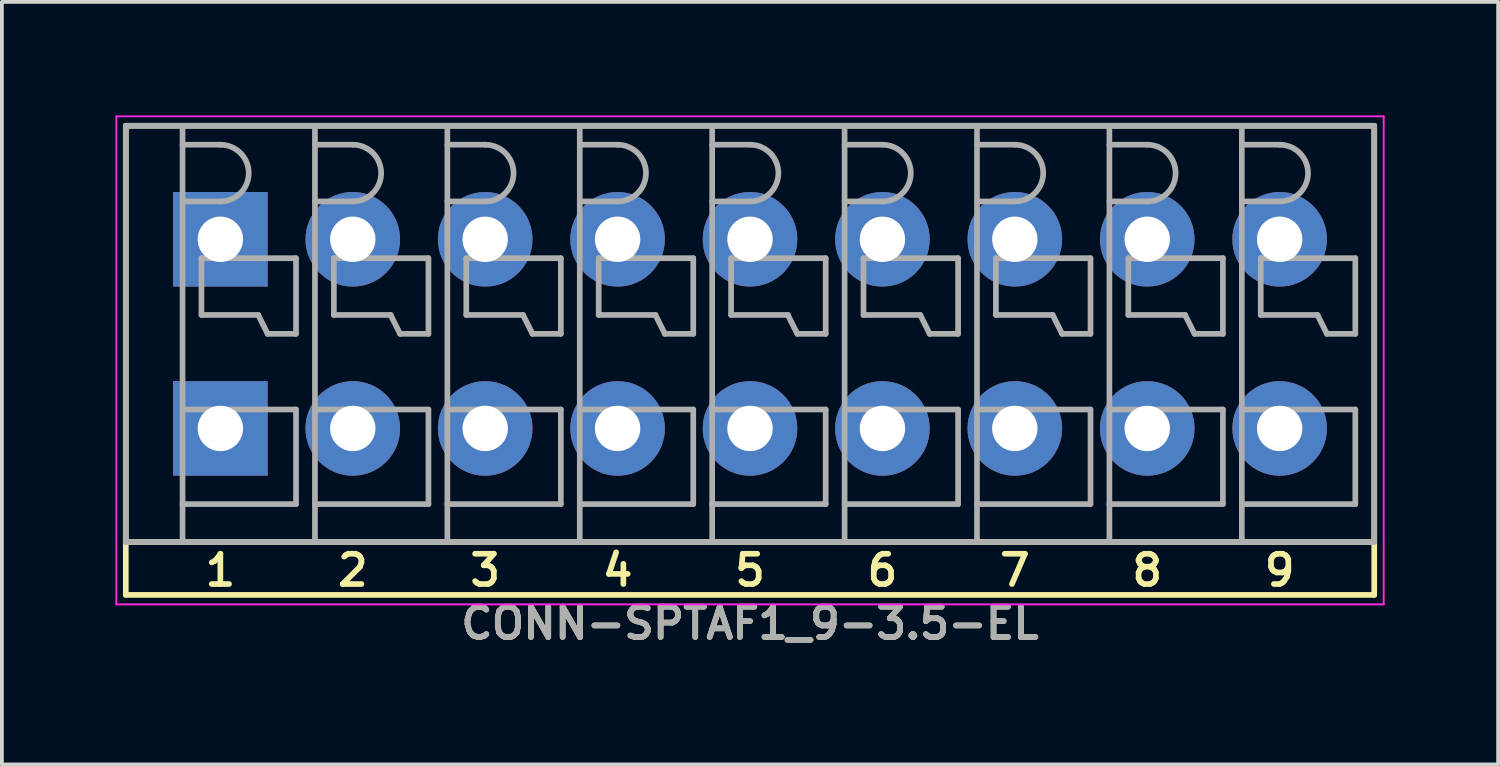
<source format=kicad_pcb>
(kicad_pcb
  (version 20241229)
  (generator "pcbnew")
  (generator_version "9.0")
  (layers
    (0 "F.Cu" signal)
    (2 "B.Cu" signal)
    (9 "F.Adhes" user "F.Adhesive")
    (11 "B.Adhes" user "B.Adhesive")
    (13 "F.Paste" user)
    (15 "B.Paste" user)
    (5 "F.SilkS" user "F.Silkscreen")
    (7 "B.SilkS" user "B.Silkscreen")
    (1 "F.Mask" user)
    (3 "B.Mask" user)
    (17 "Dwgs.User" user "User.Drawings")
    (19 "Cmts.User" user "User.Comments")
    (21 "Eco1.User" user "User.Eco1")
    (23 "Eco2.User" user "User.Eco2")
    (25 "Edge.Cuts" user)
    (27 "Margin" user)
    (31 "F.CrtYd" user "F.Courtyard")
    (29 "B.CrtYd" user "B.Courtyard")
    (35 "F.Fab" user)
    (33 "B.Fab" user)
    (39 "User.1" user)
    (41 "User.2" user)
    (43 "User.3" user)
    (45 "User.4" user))
  (footprint "CONN-SPTAF1_9-3.5-EL"
    (layer "F.Cu")
    (at 16.775 5.775)
    (property "Reference" "CONN-SPTAF1_9-3.5-EL" (at 0 7.65 0) (layer "F.SilkS") (effects (font (size 0.8 0.8) (thickness 0.15))))
    (attr through_hole)
    (fp_line (start -16.5 -5.5) (end 16.5 -5.5) (stroke (width 0.15) (type solid)) (layer "F.SilkS"))
    (fp_line (start -16.5 5.5) (end -16.5 -5.5) (stroke (width 0.15) (type solid)) (layer "F.SilkS"))
    (fp_line (start -16.5 5.5) (end -16.5 6.9) (stroke (width 0.15) (type solid)) (layer "F.SilkS"))
    (fp_line (start -16.5 6.9) (end 16.5 6.9) (stroke (width 0.15) (type solid)) (layer "F.SilkS"))
    (fp_line (start 16.5 -5.5) (end 16.5 5.5) (stroke (width 0.15) (type solid)) (layer "F.SilkS"))
    (fp_line (start 16.5 5.5) (end -16.5 5.5) (stroke (width 0.15) (type solid)) (layer "F.SilkS"))
    (fp_line (start 16.5 6.9) (end 16.5 5.5) (stroke (width 0.15) (type solid)) (layer "F.SilkS"))
    (fp_line (start -16.75 -5.75) (end 16.75 -5.75) (stroke (width 0.05) (type solid)) (layer "F.CrtYd"))
    (fp_line (start -16.75 7.15) (end -16.75 -5.75) (stroke (width 0.05) (type solid)) (layer "F.CrtYd"))
    (fp_line (start 16.75 -5.75) (end 16.75 7.15) (stroke (width 0.05) (type solid)) (layer "F.CrtYd"))
    (fp_line (start 16.75 7.15) (end -16.75 7.15) (stroke (width 0.05) (type solid)) (layer "F.CrtYd"))
    (fp_line (start -16.5 -5.5) (end 16.5 -5.5) (stroke (width 0.15) (type solid)) (layer "F.Fab"))
    (fp_line (start -16.5 5.5) (end -16.5 -5.5) (stroke (width 0.15) (type solid)) (layer "F.Fab"))
    (fp_line (start -15 -5.5) (end -15 5.5) (stroke (width 0.15) (type solid)) (layer "F.Fab"))
    (fp_line (start -15 -5) (end -14 -5) (stroke (width 0.15) (type solid)) (layer "F.Fab"))
    (fp_line (start -15 -3.5) (end -14 -3.5) (stroke (width 0.15) (type solid)) (layer "F.Fab"))
    (fp_line (start -15 2) (end -12 2) (stroke (width 0.15) (type solid)) (layer "F.Fab"))
    (fp_line (start -14.5 -2) (end -14.5 -0.5) (stroke (width 0.15) (type solid)) (layer "F.Fab"))
    (fp_line (start -14.5 -0.5) (end -13 -0.5) (stroke (width 0.15) (type solid)) (layer "F.Fab"))
    (fp_line (start -13 -0.5) (end -12.75 0) (stroke (width 0.15) (type solid)) (layer "F.Fab"))
    (fp_line (start -12.75 0) (end -12 0) (stroke (width 0.15) (type solid)) (layer "F.Fab"))
    (fp_line (start -12 -2) (end -14.5 -2) (stroke (width 0.15) (type solid)) (layer "F.Fab"))
    (fp_line (start -12 0) (end -12 -2) (stroke (width 0.15) (type solid)) (layer "F.Fab"))
    (fp_line (start -12 2) (end -12 4.5) (stroke (width 0.15) (type solid)) (layer "F.Fab"))
    (fp_line (start -12 4.5) (end -15 4.5) (stroke (width 0.15) (type solid)) (layer "F.Fab"))
    (fp_line (start -11.5 -5.5) (end -11.5 5.5) (stroke (width 0.15) (type solid)) (layer "F.Fab"))
    (fp_line (start -11.5 -5) (end -10.5 -5) (stroke (width 0.15) (type solid)) (layer "F.Fab"))
    (fp_line (start -11.5 -3.5) (end -10.5 -3.5) (stroke (width 0.15) (type solid)) (layer "F.Fab"))
    (fp_line (start -11.5 2) (end -8.5 2) (stroke (width 0.15) (type solid)) (layer "F.Fab"))
    (fp_line (start -11 -2) (end -11 -0.5) (stroke (width 0.15) (type solid)) (layer "F.Fab"))
    (fp_line (start -11 -0.5) (end -9.5 -0.5) (stroke (width 0.15) (type solid)) (layer "F.Fab"))
    (fp_line (start -9.5 -0.5) (end -9.25 0) (stroke (width 0.15) (type solid)) (layer "F.Fab"))
    (fp_line (start -9.25 0) (end -8.5 0) (stroke (width 0.15) (type solid)) (layer "F.Fab"))
    (fp_line (start -8.5 -2) (end -11 -2) (stroke (width 0.15) (type solid)) (layer "F.Fab"))
    (fp_line (start -8.5 0) (end -8.5 -2) (stroke (width 0.15) (type solid)) (layer "F.Fab"))
    (fp_line (start -8.5 2) (end -8.5 4.5) (stroke (width 0.15) (type solid)) (layer "F.Fab"))
    (fp_line (start -8.5 4.5) (end -11.5 4.5) (stroke (width 0.15) (type solid)) (layer "F.Fab"))
    (fp_line (start -8 -5.5) (end -8 5.5) (stroke (width 0.15) (type solid)) (layer "F.Fab"))
    (fp_line (start -8 -5) (end -7 -5) (stroke (width 0.15) (type solid)) (layer "F.Fab"))
    (fp_line (start -8 -3.5) (end -7 -3.5) (stroke (width 0.15) (type solid)) (layer "F.Fab"))
    (fp_line (start -8 2) (end -5 2) (stroke (width 0.15) (type solid)) (layer "F.Fab"))
    (fp_line (start -7.5 -2) (end -7.5 -0.5) (stroke (width 0.15) (type solid)) (layer "F.Fab"))
    (fp_line (start -7.5 -0.5) (end -6 -0.5) (stroke (width 0.15) (type solid)) (layer "F.Fab"))
    (fp_line (start -6 -0.5) (end -5.75 0) (stroke (width 0.15) (type solid)) (layer "F.Fab"))
    (fp_line (start -5.75 0) (end -5 0) (stroke (width 0.15) (type solid)) (layer "F.Fab"))
    (fp_line (start -5 -2) (end -7.5 -2) (stroke (width 0.15) (type solid)) (layer "F.Fab"))
    (fp_line (start -5 0) (end -5 -2) (stroke (width 0.15) (type solid)) (layer "F.Fab"))
    (fp_line (start -5 2) (end -5 4.5) (stroke (width 0.15) (type solid)) (layer "F.Fab"))
    (fp_line (start -5 4.5) (end -8 4.5) (stroke (width 0.15) (type solid)) (layer "F.Fab"))
    (fp_line (start -4.5 -5.5) (end -4.5 5.5) (stroke (width 0.15) (type solid)) (layer "F.Fab"))
    (fp_line (start -4.5 -5) (end -3.5 -5) (stroke (width 0.15) (type solid)) (layer "F.Fab"))
    (fp_line (start -4.5 -3.5) (end -3.5 -3.5) (stroke (width 0.15) (type solid)) (layer "F.Fab"))
    (fp_line (start -4.5 2) (end -1.5 2) (stroke (width 0.15) (type solid)) (layer "F.Fab"))
    (fp_line (start -4 -2) (end -4 -0.5) (stroke (width 0.15) (type solid)) (layer "F.Fab"))
    (fp_line (start -4 -0.5) (end -2.5 -0.5) (stroke (width 0.15) (type solid)) (layer "F.Fab"))
    (fp_line (start -2.5 -0.5) (end -2.25 0) (stroke (width 0.15) (type solid)) (layer "F.Fab"))
    (fp_line (start -2.25 0) (end -1.5 0) (stroke (width 0.15) (type solid)) (layer "F.Fab"))
    (fp_line (start -1.5 -2) (end -4 -2) (stroke (width 0.15) (type solid)) (layer "F.Fab"))
    (fp_line (start -1.5 0) (end -1.5 -2) (stroke (width 0.15) (type solid)) (layer "F.Fab"))
    (fp_line (start -1.5 2) (end -1.5 4.5) (stroke (width 0.15) (type solid)) (layer "F.Fab"))
    (fp_line (start -1.5 4.5) (end -4.5 4.5) (stroke (width 0.15) (type solid)) (layer "F.Fab"))
    (fp_line (start -1 -5.5) (end -1 5.5) (stroke (width 0.15) (type solid)) (layer "F.Fab"))
    (fp_line (start -1 -5) (end 0 -5) (stroke (width 0.15) (type solid)) (layer "F.Fab"))
    (fp_line (start -1 -3.5) (end 0 -3.5) (stroke (width 0.15) (type solid)) (layer "F.Fab"))
    (fp_line (start -1 2) (end 2 2) (stroke (width 0.15) (type solid)) (layer "F.Fab"))
    (fp_line (start -0.5 -2) (end -0.5 -0.5) (stroke (width 0.15) (type solid)) (layer "F.Fab"))
    (fp_line (start -0.5 -0.5) (end 1 -0.5) (stroke (width 0.15) (type solid)) (layer "F.Fab"))
    (fp_line (start 1 -0.5) (end 1.25 0) (stroke (width 0.15) (type solid)) (layer "F.Fab"))
    (fp_line (start 1.25 0) (end 2 0) (stroke (width 0.15) (type solid)) (layer "F.Fab"))
    (fp_line (start 2 -2) (end -0.5 -2) (stroke (width 0.15) (type solid)) (layer "F.Fab"))
    (fp_line (start 2 0) (end 2 -2) (stroke (width 0.15) (type solid)) (layer "F.Fab"))
    (fp_line (start 2 2) (end 2 4.5) (stroke (width 0.15) (type solid)) (layer "F.Fab"))
    (fp_line (start 2 4.5) (end -1 4.5) (stroke (width 0.15) (type solid)) (layer "F.Fab"))
    (fp_line (start 2.5 -5.5) (end 2.5 5.5) (stroke (width 0.15) (type solid)) (layer "F.Fab"))
    (fp_line (start 2.5 -5) (end 3.5 -5) (stroke (width 0.15) (type solid)) (layer "F.Fab"))
    (fp_line (start 2.5 -3.5) (end 3.5 -3.5) (stroke (width 0.15) (type solid)) (layer "F.Fab"))
    (fp_line (start 2.5 2) (end 5.5 2) (stroke (width 0.15) (type solid)) (layer "F.Fab"))
    (fp_line (start 3 -2) (end 3 -0.5) (stroke (width 0.15) (type solid)) (layer "F.Fab"))
    (fp_line (start 3 -0.5) (end 4.5 -0.5) (stroke (width 0.15) (type solid)) (layer "F.Fab"))
    (fp_line (start 4.5 -0.5) (end 4.75 0) (stroke (width 0.15) (type solid)) (layer "F.Fab"))
    (fp_line (start 4.75 0) (end 5.5 0) (stroke (width 0.15) (type solid)) (layer "F.Fab"))
    (fp_line (start 5.5 -2) (end 3 -2) (stroke (width 0.15) (type solid)) (layer "F.Fab"))
    (fp_line (start 5.5 0) (end 5.5 -2) (stroke (width 0.15) (type solid)) (layer "F.Fab"))
    (fp_line (start 5.5 2) (end 5.5 4.5) (stroke (width 0.15) (type solid)) (layer "F.Fab"))
    (fp_line (start 5.5 4.5) (end 2.5 4.5) (stroke (width 0.15) (type solid)) (layer "F.Fab"))
    (fp_line (start 6 -5.5) (end 6 5.5) (stroke (width 0.15) (type solid)) (layer "F.Fab"))
    (fp_line (start 6 -5) (end 7 -5) (stroke (width 0.15) (type solid)) (layer "F.Fab"))
    (fp_line (start 6 -3.5) (end 7 -3.5) (stroke (width 0.15) (type solid)) (layer "F.Fab"))
    (fp_line (start 6 2) (end 9 2) (stroke (width 0.15) (type solid)) (layer "F.Fab"))
    (fp_line (start 6.5 -2) (end 6.5 -0.5) (stroke (width 0.15) (type solid)) (layer "F.Fab"))
    (fp_line (start 6.5 -0.5) (end 8 -0.5) (stroke (width 0.15) (type solid)) (layer "F.Fab"))
    (fp_line (start 8 -0.5) (end 8.25 0) (stroke (width 0.15) (type solid)) (layer "F.Fab"))
    (fp_line (start 8.25 0) (end 9 0) (stroke (width 0.15) (type solid)) (layer "F.Fab"))
    (fp_line (start 9 -2) (end 6.5 -2) (stroke (width 0.15) (type solid)) (layer "F.Fab"))
    (fp_line (start 9 0) (end 9 -2) (stroke (width 0.15) (type solid)) (layer "F.Fab"))
    (fp_line (start 9 2) (end 9 4.5) (stroke (width 0.15) (type solid)) (layer "F.Fab"))
    (fp_line (start 9 4.5) (end 6 4.5) (stroke (width 0.15) (type solid)) (layer "F.Fab"))
    (fp_line (start 9.5 -5.5) (end 9.5 5.5) (stroke (width 0.15) (type solid)) (layer "F.Fab"))
    (fp_line (start 9.5 -5) (end 10.5 -5) (stroke (width 0.15) (type solid)) (layer "F.Fab"))
    (fp_line (start 9.5 -3.5) (end 10.5 -3.5) (stroke (width 0.15) (type solid)) (layer "F.Fab"))
    (fp_line (start 9.5 2) (end 12.5 2) (stroke (width 0.15) (type solid)) (layer "F.Fab"))
    (fp_line (start 10 -2) (end 10 -0.5) (stroke (width 0.15) (type solid)) (layer "F.Fab"))
    (fp_line (start 10 -0.5) (end 11.5 -0.5) (stroke (width 0.15) (type solid)) (layer "F.Fab"))
    (fp_line (start 11.5 -0.5) (end 11.75 0) (stroke (width 0.15) (type solid)) (layer "F.Fab"))
    (fp_line (start 11.75 0) (end 12.5 0) (stroke (width 0.15) (type solid)) (layer "F.Fab"))
    (fp_line (start 12.5 -2) (end 10 -2) (stroke (width 0.15) (type solid)) (layer "F.Fab"))
    (fp_line (start 12.5 0) (end 12.5 -2) (stroke (width 0.15) (type solid)) (layer "F.Fab"))
    (fp_line (start 12.5 2) (end 12.5 4.5) (stroke (width 0.15) (type solid)) (layer "F.Fab"))
    (fp_line (start 12.5 4.5) (end 9.5 4.5) (stroke (width 0.15) (type solid)) (layer "F.Fab"))
    (fp_line (start 13 -5.5) (end 13 5.5) (stroke (width 0.15) (type solid)) (layer "F.Fab"))
    (fp_line (start 13 -5) (end 14 -5) (stroke (width 0.15) (type solid)) (layer "F.Fab"))
    (fp_line (start 13 -3.5) (end 14 -3.5) (stroke (width 0.15) (type solid)) (layer "F.Fab"))
    (fp_line (start 13 2) (end 16 2) (stroke (width 0.15) (type solid)) (layer "F.Fab"))
    (fp_line (start 13.5 -2) (end 13.5 -0.5) (stroke (width 0.15) (type solid)) (layer "F.Fab"))
    (fp_line (start 13.5 -0.5) (end 15 -0.5) (stroke (width 0.15) (type solid)) (layer "F.Fab"))
    (fp_line (start 15 -0.5) (end 15.25 0) (stroke (width 0.15) (type solid)) (layer "F.Fab"))
    (fp_line (start 15.25 0) (end 16 0) (stroke (width 0.15) (type solid)) (layer "F.Fab"))
    (fp_line (start 16 -2) (end 13.5 -2) (stroke (width 0.15) (type solid)) (layer "F.Fab"))
    (fp_line (start 16 0) (end 16 -2) (stroke (width 0.15) (type solid)) (layer "F.Fab"))
    (fp_line (start 16 2) (end 16 4.5) (stroke (width 0.15) (type solid)) (layer "F.Fab"))
    (fp_line (start 16 4.5) (end 13 4.5) (stroke (width 0.15) (type solid)) (layer "F.Fab"))
    (fp_line (start 16.5 -5.5) (end 16.5 5.5) (stroke (width 0.15) (type solid)) (layer "F.Fab"))
    (fp_line (start 16.5 5.5) (end -16.5 5.5) (stroke (width 0.15) (type solid)) (layer "F.Fab"))
    (fp_arc (start -14 -5) (mid -13.25 -4.25) (end -14 -3.5) (stroke (width 0.15) (type solid)) (layer "F.Fab"))
    (fp_arc (start -10.5 -5) (mid -9.75 -4.25) (end -10.5 -3.5) (stroke (width 0.15) (type solid)) (layer "F.Fab"))
    (fp_arc (start -7 -5) (mid -6.25 -4.25) (end -7 -3.5) (stroke (width 0.15) (type solid)) (layer "F.Fab"))
    (fp_arc (start -3.5 -5) (mid -2.75 -4.25) (end -3.5 -3.5) (stroke (width 0.15) (type solid)) (layer "F.Fab"))
    (fp_arc (start 0 -5) (mid 0.75 -4.25) (end 0 -3.5) (stroke (width 0.15) (type solid)) (layer "F.Fab"))
    (fp_arc (start 3.5 -5) (mid 4.25 -4.25) (end 3.5 -3.5) (stroke (width 0.15) (type solid)) (layer "F.Fab"))
    (fp_arc (start 7 -5) (mid 7.75 -4.25) (end 7 -3.5) (stroke (width 0.15) (type solid)) (layer "F.Fab"))
    (fp_arc (start 10.5 -5) (mid 11.25 -4.25) (end 10.5 -3.5) (stroke (width 0.15) (type solid)) (layer "F.Fab"))
    (fp_arc (start 14 -5) (mid 14.75 -4.25) (end 14 -3.5) (stroke (width 0.15) (type solid)) (layer "F.Fab"))
    (fp_text user "5" (at 0 6.25 0) (layer "F.SilkS") (effects (font (size 0.8 0.8) (thickness 0.15))))
    (fp_text user "3" (at -7 6.25 0) (layer "F.SilkS") (effects (font (size 0.8 0.8) (thickness 0.15))))
    (fp_text user "4" (at -3.5 6.25 0) (layer "F.SilkS") (effects (font (size 0.8 0.8) (thickness 0.15))))
    (fp_text user "6" (at 3.5 6.25 0) (layer "F.SilkS") (effects (font (size 0.8 0.8) (thickness 0.15))))
    (fp_text user "8" (at 10.5 6.25 0) (layer "F.SilkS") (effects (font (size 0.8 0.8) (thickness 0.15))))
    (fp_text user "1" (at -14 6.25 0) (layer "F.SilkS") (effects (font (size 0.8 0.8) (thickness 0.15))))
    (fp_text user "2" (at -10.5 6.25 0) (layer "F.SilkS") (effects (font (size 0.8 0.8) (thickness 0.15))))
    (fp_text user "9" (at 14 6.25 0) (layer "F.SilkS") (effects (font (size 0.8 0.8) (thickness 0.15))))
    (fp_text user "7" (at 7 6.25 0) (layer "F.SilkS") (effects (font (size 0.8 0.8) (thickness 0.15))))
    (fp_text user "${REFERENCE}" (at 0 7.65 0) (layer "F.Fab") (effects (font (size 0.8 0.8) (thickness 0.15))))
    (pad "1" thru_hole rect (at -14 -2.5) (size 2.5 2.5) (drill 1.2) (layers "*.Cu" "*.Mask"))
    (pad "1" thru_hole rect (at -14 2.5) (size 2.5 2.5) (drill 1.2) (layers "*.Cu" "*.Mask"))
    (pad "2" thru_hole circle (at -10.5 -2.5) (size 2.5 2.5) (drill 1.2) (layers "*.Cu" "*.Mask"))
    (pad "2" thru_hole circle (at -10.5 2.5) (size 2.5 2.5) (drill 1.2) (layers "*.Cu" "*.Mask"))
    (pad "3" thru_hole circle (at -7 -2.5) (size 2.5 2.5) (drill 1.2) (layers "*.Cu" "*.Mask"))
    (pad "3" thru_hole circle (at -7 2.5) (size 2.5 2.5) (drill 1.2) (layers "*.Cu" "*.Mask"))
    (pad "4" thru_hole circle (at -3.5 -2.5) (size 2.5 2.5) (drill 1.2) (layers "*.Cu" "*.Mask"))
    (pad "4" thru_hole circle (at -3.5 2.5) (size 2.5 2.5) (drill 1.2) (layers "*.Cu" "*.Mask"))
    (pad "5" thru_hole circle (at 0 -2.5) (size 2.5 2.5) (drill 1.2) (layers "*.Cu" "*.Mask"))
    (pad "5" thru_hole circle (at 0 2.5) (size 2.5 2.5) (drill 1.2) (layers "*.Cu" "*.Mask"))
    (pad "6" thru_hole circle (at 3.5 -2.5) (size 2.5 2.5) (drill 1.2) (layers "*.Cu" "*.Mask"))
    (pad "6" thru_hole circle (at 3.5 2.5) (size 2.5 2.5) (drill 1.2) (layers "*.Cu" "*.Mask"))
    (pad "7" thru_hole circle (at 7 -2.5) (size 2.5 2.5) (drill 1.2) (layers "*.Cu" "*.Mask"))
    (pad "7" thru_hole circle (at 7 2.5) (size 2.5 2.5) (drill 1.2) (layers "*.Cu" "*.Mask"))
    (pad "8" thru_hole circle (at 10.5 -2.5) (size 2.5 2.5) (drill 1.2) (layers "*.Cu" "*.Mask"))
    (pad "8" thru_hole circle (at 10.5 2.5) (size 2.5 2.5) (drill 1.2) (layers "*.Cu" "*.Mask"))
    (pad "9" thru_hole circle (at 14 -2.5) (size 2.5 2.5) (drill 1.2) (layers "*.Cu" "*.Mask"))
    (pad "9" thru_hole circle (at 14 2.5) (size 2.5 2.5) (drill 1.2) (layers "*.Cu" "*.Mask")))
  (gr_rect
    (start -3 -3)
    (end 36.55 17.156)
    (stroke (width 0.1) (type default))
    (fill no)
    (layer "Edge.Cuts")))
</source>
